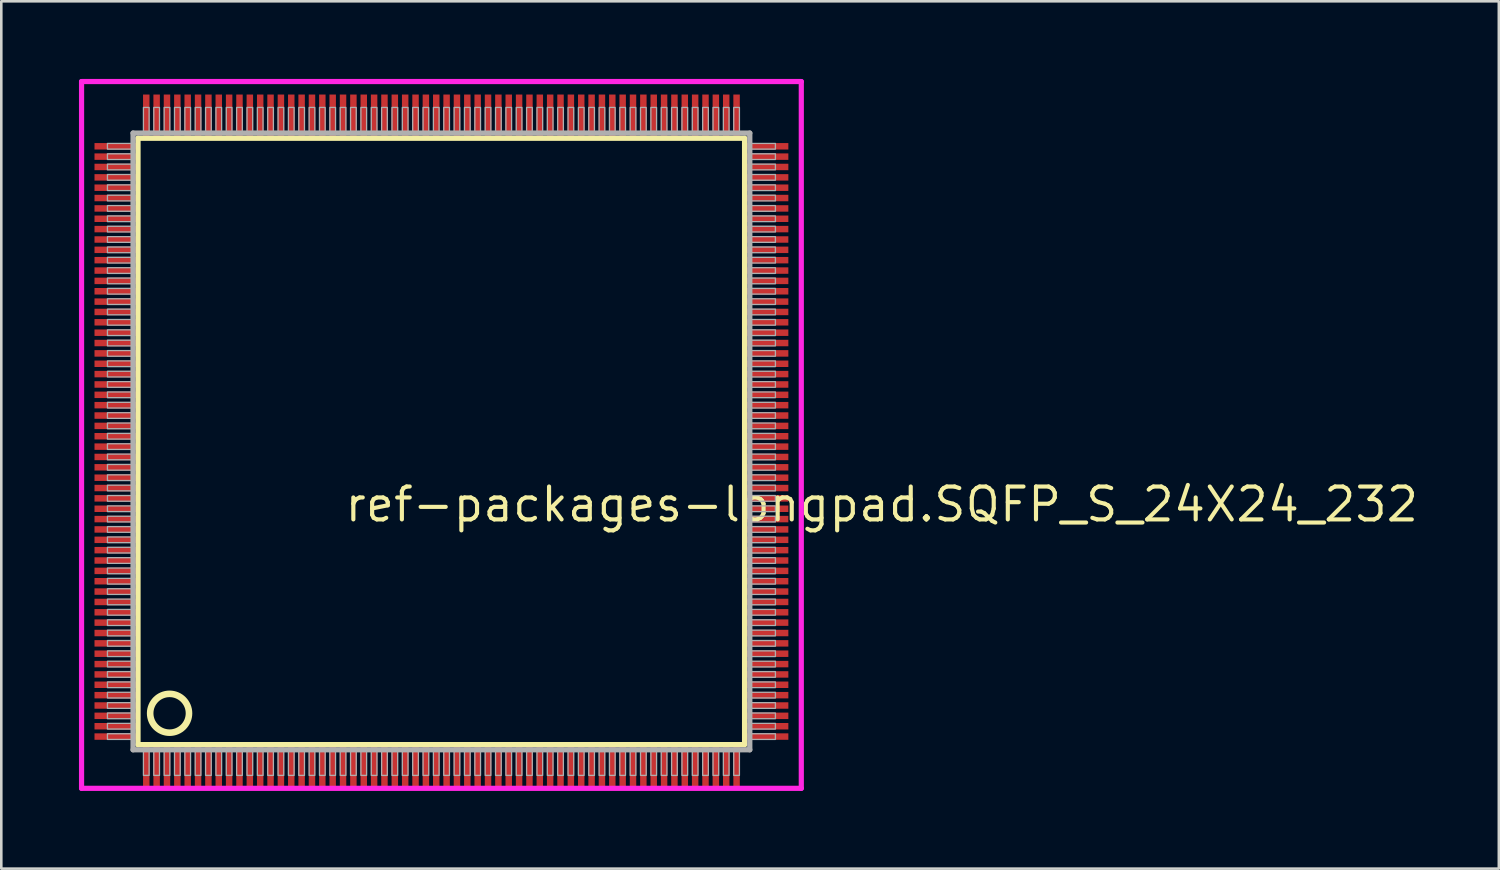
<source format=kicad_pcb>
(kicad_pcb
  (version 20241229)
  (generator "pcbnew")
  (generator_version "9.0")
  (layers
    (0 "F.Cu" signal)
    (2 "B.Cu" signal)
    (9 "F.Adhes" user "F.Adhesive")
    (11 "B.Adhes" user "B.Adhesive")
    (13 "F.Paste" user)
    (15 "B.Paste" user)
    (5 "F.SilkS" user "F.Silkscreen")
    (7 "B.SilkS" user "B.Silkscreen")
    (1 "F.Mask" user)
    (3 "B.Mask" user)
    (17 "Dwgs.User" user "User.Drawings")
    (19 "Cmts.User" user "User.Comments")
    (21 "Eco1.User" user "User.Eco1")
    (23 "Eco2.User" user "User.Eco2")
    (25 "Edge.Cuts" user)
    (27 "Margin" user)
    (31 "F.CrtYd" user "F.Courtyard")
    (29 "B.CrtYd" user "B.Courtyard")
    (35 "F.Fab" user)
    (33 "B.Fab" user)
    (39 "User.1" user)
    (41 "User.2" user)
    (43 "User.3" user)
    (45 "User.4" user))
  (footprint "ref-packages-longpad.SQFP_S_24X24_232"
    (layer "F.Cu")
    (at 14 14)
    (property "Reference" "ref-packages-longpad.SQFP_S_24X24_232" (at -3.81 3.175 0) (layer "F.SilkS") (effects (font (size 1.27 1.27) (thickness 0.16)) (justify left bottom)))
    (attr smd)
    (fp_line (start -11.72 -11.71) (end 11.71 -11.71) (stroke (width 0.203) (type default)) (layer "F.SilkS"))
    (fp_line (start -11.72 11.71) (end -11.72 -11.71) (stroke (width 0.203) (type default)) (layer "F.SilkS"))
    (fp_line (start 11.71 11.71) (end -11.72 11.71) (stroke (width 0.203) (type default)) (layer "F.SilkS"))
    (fp_line (start 11.71 -11.71) (end 11.71 11.71) (stroke (width 0.203) (type default)) (layer "F.SilkS"))
    (fp_circle (center -10.5 10.5) (end -9.75 10.5) (stroke (width 0.254) (type default)) (fill no) (layer "F.SilkS"))
    (fp_line (start -13.9 -13.9) (end 13.9 -13.9) (stroke (width 0.2) (type default)) (layer "F.CrtYd"))
    (fp_line (start -13.9 13.4) (end -13.9 -13.9) (stroke (width 0.2) (type default)) (layer "F.CrtYd"))
    (fp_line (start 13.9 -13.9) (end 13.9 13.4) (stroke (width 0.2) (type default)) (layer "F.CrtYd"))
    (fp_line (start 13.9 13.4) (end -13.9 13.4) (stroke (width 0.2) (type default)) (layer "F.CrtYd"))
    (fp_line (start -11.91 -11.91) (end -11.91 11.91) (stroke (width 0.203) (type default)) (layer "F.Fab"))
    (fp_line (start -11.91 11.91) (end 11.91 11.91) (stroke (width 0.203) (type default)) (layer "F.Fab"))
    (fp_line (start 11.91 -11.91) (end -11.91 -11.91) (stroke (width 0.203) (type default)) (layer "F.Fab"))
    (fp_line (start 11.91 11.91) (end 11.91 -11.91) (stroke (width 0.203) (type default)) (layer "F.Fab"))
    (fp_rect (start -12.9 -11.29) (end -11.95 -11.51) (stroke (width 0.05) (type default)) (fill no) (layer "F.Fab"))
    (fp_rect (start -12.9 -10.89) (end -11.95 -11.11) (stroke (width 0.05) (type default)) (fill no) (layer "F.Fab"))
    (fp_rect (start -12.9 -10.49) (end -11.95 -10.71) (stroke (width 0.05) (type default)) (fill no) (layer "F.Fab"))
    (fp_rect (start -12.9 -10.09) (end -11.95 -10.31) (stroke (width 0.05) (type default)) (fill no) (layer "F.Fab"))
    (fp_rect (start -12.9 -9.69) (end -11.95 -9.91) (stroke (width 0.05) (type default)) (fill no) (layer "F.Fab"))
    (fp_rect (start -12.9 -9.29) (end -11.95 -9.51) (stroke (width 0.05) (type default)) (fill no) (layer "F.Fab"))
    (fp_rect (start -12.9 -8.89) (end -11.95 -9.11) (stroke (width 0.05) (type default)) (fill no) (layer "F.Fab"))
    (fp_rect (start -12.9 -8.49) (end -11.95 -8.71) (stroke (width 0.05) (type default)) (fill no) (layer "F.Fab"))
    (fp_rect (start -12.9 -8.09) (end -11.95 -8.31) (stroke (width 0.05) (type default)) (fill no) (layer "F.Fab"))
    (fp_rect (start -12.9 -7.69) (end -11.95 -7.91) (stroke (width 0.05) (type default)) (fill no) (layer "F.Fab"))
    (fp_rect (start -12.9 -7.29) (end -11.95 -7.51) (stroke (width 0.05) (type default)) (fill no) (layer "F.Fab"))
    (fp_rect (start -12.9 -6.89) (end -11.95 -7.11) (stroke (width 0.05) (type default)) (fill no) (layer "F.Fab"))
    (fp_rect (start -12.9 -6.49) (end -11.95 -6.71) (stroke (width 0.05) (type default)) (fill no) (layer "F.Fab"))
    (fp_rect (start -12.9 -6.09) (end -11.95 -6.31) (stroke (width 0.05) (type default)) (fill no) (layer "F.Fab"))
    (fp_rect (start -12.9 -5.69) (end -11.95 -5.91) (stroke (width 0.05) (type default)) (fill no) (layer "F.Fab"))
    (fp_rect (start -12.9 -5.29) (end -11.95 -5.51) (stroke (width 0.05) (type default)) (fill no) (layer "F.Fab"))
    (fp_rect (start -12.9 -4.89) (end -11.95 -5.11) (stroke (width 0.05) (type default)) (fill no) (layer "F.Fab"))
    (fp_rect (start -12.9 -4.49) (end -11.95 -4.71) (stroke (width 0.05) (type default)) (fill no) (layer "F.Fab"))
    (fp_rect (start -12.9 -4.09) (end -11.95 -4.31) (stroke (width 0.05) (type default)) (fill no) (layer "F.Fab"))
    (fp_rect (start -12.9 -3.69) (end -11.95 -3.91) (stroke (width 0.05) (type default)) (fill no) (layer "F.Fab"))
    (fp_rect (start -12.9 -3.29) (end -11.95 -3.51) (stroke (width 0.05) (type default)) (fill no) (layer "F.Fab"))
    (fp_rect (start -12.9 -2.89) (end -11.95 -3.11) (stroke (width 0.05) (type default)) (fill no) (layer "F.Fab"))
    (fp_rect (start -12.9 -2.49) (end -11.95 -2.71) (stroke (width 0.05) (type default)) (fill no) (layer "F.Fab"))
    (fp_rect (start -12.9 -2.09) (end -11.95 -2.31) (stroke (width 0.05) (type default)) (fill no) (layer "F.Fab"))
    (fp_rect (start -12.9 -1.69) (end -11.95 -1.91) (stroke (width 0.05) (type default)) (fill no) (layer "F.Fab"))
    (fp_rect (start -12.9 -1.29) (end -11.95 -1.51) (stroke (width 0.05) (type default)) (fill no) (layer "F.Fab"))
    (fp_rect (start -12.9 -0.89) (end -11.95 -1.11) (stroke (width 0.05) (type default)) (fill no) (layer "F.Fab"))
    (fp_rect (start -12.9 -0.49) (end -11.95 -0.71) (stroke (width 0.05) (type default)) (fill no) (layer "F.Fab"))
    (fp_rect (start -12.9 -0.09) (end -11.95 -0.31) (stroke (width 0.05) (type default)) (fill no) (layer "F.Fab"))
    (fp_rect (start -12.9 0.31) (end -11.95 0.09) (stroke (width 0.05) (type default)) (fill no) (layer "F.Fab"))
    (fp_rect (start -12.9 0.71) (end -11.95 0.49) (stroke (width 0.05) (type default)) (fill no) (layer "F.Fab"))
    (fp_rect (start -12.9 1.11) (end -11.95 0.89) (stroke (width 0.05) (type default)) (fill no) (layer "F.Fab"))
    (fp_rect (start -12.9 1.51) (end -11.95 1.29) (stroke (width 0.05) (type default)) (fill no) (layer "F.Fab"))
    (fp_rect (start -12.9 1.91) (end -11.95 1.69) (stroke (width 0.05) (type default)) (fill no) (layer "F.Fab"))
    (fp_rect (start -12.9 2.31) (end -11.95 2.09) (stroke (width 0.05) (type default)) (fill no) (layer "F.Fab"))
    (fp_rect (start -12.9 2.71) (end -11.95 2.49) (stroke (width 0.05) (type default)) (fill no) (layer "F.Fab"))
    (fp_rect (start -12.9 3.11) (end -11.95 2.89) (stroke (width 0.05) (type default)) (fill no) (layer "F.Fab"))
    (fp_rect (start -12.9 3.51) (end -11.95 3.29) (stroke (width 0.05) (type default)) (fill no) (layer "F.Fab"))
    (fp_rect (start -12.9 3.91) (end -11.95 3.69) (stroke (width 0.05) (type default)) (fill no) (layer "F.Fab"))
    (fp_rect (start -12.9 4.31) (end -11.95 4.09) (stroke (width 0.05) (type default)) (fill no) (layer "F.Fab"))
    (fp_rect (start -12.9 4.71) (end -11.95 4.49) (stroke (width 0.05) (type default)) (fill no) (layer "F.Fab"))
    (fp_rect (start -12.9 5.11) (end -11.95 4.89) (stroke (width 0.05) (type default)) (fill no) (layer "F.Fab"))
    (fp_rect (start -12.9 5.51) (end -11.95 5.29) (stroke (width 0.05) (type default)) (fill no) (layer "F.Fab"))
    (fp_rect (start -12.9 5.91) (end -11.95 5.69) (stroke (width 0.05) (type default)) (fill no) (layer "F.Fab"))
    (fp_rect (start -12.9 6.31) (end -11.95 6.09) (stroke (width 0.05) (type default)) (fill no) (layer "F.Fab"))
    (fp_rect (start -12.9 6.71) (end -11.95 6.49) (stroke (width 0.05) (type default)) (fill no) (layer "F.Fab"))
    (fp_rect (start -12.9 7.11) (end -11.95 6.89) (stroke (width 0.05) (type default)) (fill no) (layer "F.Fab"))
    (fp_rect (start -12.9 7.51) (end -11.95 7.29) (stroke (width 0.05) (type default)) (fill no) (layer "F.Fab"))
    (fp_rect (start -12.9 7.91) (end -11.95 7.69) (stroke (width 0.05) (type default)) (fill no) (layer "F.Fab"))
    (fp_rect (start -12.9 8.31) (end -11.95 8.09) (stroke (width 0.05) (type default)) (fill no) (layer "F.Fab"))
    (fp_rect (start -12.9 8.71) (end -11.95 8.49) (stroke (width 0.05) (type default)) (fill no) (layer "F.Fab"))
    (fp_rect (start -12.9 9.11) (end -11.95 8.89) (stroke (width 0.05) (type default)) (fill no) (layer "F.Fab"))
    (fp_rect (start -12.9 9.51) (end -11.95 9.29) (stroke (width 0.05) (type default)) (fill no) (layer "F.Fab"))
    (fp_rect (start -12.9 9.91) (end -11.95 9.69) (stroke (width 0.05) (type default)) (fill no) (layer "F.Fab"))
    (fp_rect (start -12.9 10.31) (end -11.95 10.09) (stroke (width 0.05) (type default)) (fill no) (layer "F.Fab"))
    (fp_rect (start -12.9 10.71) (end -11.95 10.49) (stroke (width 0.05) (type default)) (fill no) (layer "F.Fab"))
    (fp_rect (start -12.9 11.11) (end -11.95 10.89) (stroke (width 0.05) (type default)) (fill no) (layer "F.Fab"))
    (fp_rect (start -12.9 11.51) (end -11.95 11.29) (stroke (width 0.05) (type default)) (fill no) (layer "F.Fab"))
    (fp_rect (start -11.51 -11.95) (end -11.29 -12.9) (stroke (width 0.05) (type default)) (fill no) (layer "F.Fab"))
    (fp_rect (start -11.51 12.9) (end -11.29 11.95) (stroke (width 0.05) (type default)) (fill no) (layer "F.Fab"))
    (fp_rect (start -11.11 -11.95) (end -10.89 -12.9) (stroke (width 0.05) (type default)) (fill no) (layer "F.Fab"))
    (fp_rect (start -11.11 12.9) (end -10.89 11.95) (stroke (width 0.05) (type default)) (fill no) (layer "F.Fab"))
    (fp_rect (start -10.71 -11.95) (end -10.49 -12.9) (stroke (width 0.05) (type default)) (fill no) (layer "F.Fab"))
    (fp_rect (start -10.71 12.9) (end -10.49 11.95) (stroke (width 0.05) (type default)) (fill no) (layer "F.Fab"))
    (fp_rect (start -10.31 -11.95) (end -10.09 -12.9) (stroke (width 0.05) (type default)) (fill no) (layer "F.Fab"))
    (fp_rect (start -10.31 12.9) (end -10.09 11.95) (stroke (width 0.05) (type default)) (fill no) (layer "F.Fab"))
    (fp_rect (start -9.91 -11.95) (end -9.69 -12.9) (stroke (width 0.05) (type default)) (fill no) (layer "F.Fab"))
    (fp_rect (start -9.91 12.9) (end -9.69 11.95) (stroke (width 0.05) (type default)) (fill no) (layer "F.Fab"))
    (fp_rect (start -9.51 -11.95) (end -9.29 -12.9) (stroke (width 0.05) (type default)) (fill no) (layer "F.Fab"))
    (fp_rect (start -9.51 12.9) (end -9.29 11.95) (stroke (width 0.05) (type default)) (fill no) (layer "F.Fab"))
    (fp_rect (start -9.11 -11.95) (end -8.89 -12.9) (stroke (width 0.05) (type default)) (fill no) (layer "F.Fab"))
    (fp_rect (start -9.11 12.9) (end -8.89 11.95) (stroke (width 0.05) (type default)) (fill no) (layer "F.Fab"))
    (fp_rect (start -8.71 -11.95) (end -8.49 -12.9) (stroke (width 0.05) (type default)) (fill no) (layer "F.Fab"))
    (fp_rect (start -8.71 12.9) (end -8.49 11.95) (stroke (width 0.05) (type default)) (fill no) (layer "F.Fab"))
    (fp_rect (start -8.31 -11.95) (end -8.09 -12.9) (stroke (width 0.05) (type default)) (fill no) (layer "F.Fab"))
    (fp_rect (start -8.31 12.9) (end -8.09 11.95) (stroke (width 0.05) (type default)) (fill no) (layer "F.Fab"))
    (fp_rect (start -7.91 -11.95) (end -7.69 -12.9) (stroke (width 0.05) (type default)) (fill no) (layer "F.Fab"))
    (fp_rect (start -7.91 12.9) (end -7.69 11.95) (stroke (width 0.05) (type default)) (fill no) (layer "F.Fab"))
    (fp_rect (start -7.51 -11.95) (end -7.29 -12.9) (stroke (width 0.05) (type default)) (fill no) (layer "F.Fab"))
    (fp_rect (start -7.51 12.9) (end -7.29 11.95) (stroke (width 0.05) (type default)) (fill no) (layer "F.Fab"))
    (fp_rect (start -7.11 -11.95) (end -6.89 -12.9) (stroke (width 0.05) (type default)) (fill no) (layer "F.Fab"))
    (fp_rect (start -7.11 12.9) (end -6.89 11.95) (stroke (width 0.05) (type default)) (fill no) (layer "F.Fab"))
    (fp_rect (start -6.71 -11.95) (end -6.49 -12.9) (stroke (width 0.05) (type default)) (fill no) (layer "F.Fab"))
    (fp_rect (start -6.71 12.9) (end -6.49 11.95) (stroke (width 0.05) (type default)) (fill no) (layer "F.Fab"))
    (fp_rect (start -6.31 -11.95) (end -6.09 -12.9) (stroke (width 0.05) (type default)) (fill no) (layer "F.Fab"))
    (fp_rect (start -6.31 12.9) (end -6.09 11.95) (stroke (width 0.05) (type default)) (fill no) (layer "F.Fab"))
    (fp_rect (start -5.91 -11.95) (end -5.69 -12.9) (stroke (width 0.05) (type default)) (fill no) (layer "F.Fab"))
    (fp_rect (start -5.91 12.9) (end -5.69 11.95) (stroke (width 0.05) (type default)) (fill no) (layer "F.Fab"))
    (fp_rect (start -5.51 -11.95) (end -5.29 -12.9) (stroke (width 0.05) (type default)) (fill no) (layer "F.Fab"))
    (fp_rect (start -5.51 12.9) (end -5.29 11.95) (stroke (width 0.05) (type default)) (fill no) (layer "F.Fab"))
    (fp_rect (start -5.11 -11.95) (end -4.89 -12.9) (stroke (width 0.05) (type default)) (fill no) (layer "F.Fab"))
    (fp_rect (start -5.11 12.9) (end -4.89 11.95) (stroke (width 0.05) (type default)) (fill no) (layer "F.Fab"))
    (fp_rect (start -4.71 -11.95) (end -4.49 -12.9) (stroke (width 0.05) (type default)) (fill no) (layer "F.Fab"))
    (fp_rect (start -4.71 12.9) (end -4.49 11.95) (stroke (width 0.05) (type default)) (fill no) (layer "F.Fab"))
    (fp_rect (start -4.31 -11.95) (end -4.09 -12.9) (stroke (width 0.05) (type default)) (fill no) (layer "F.Fab"))
    (fp_rect (start -4.31 12.9) (end -4.09 11.95) (stroke (width 0.05) (type default)) (fill no) (layer "F.Fab"))
    (fp_rect (start -3.91 -11.95) (end -3.69 -12.9) (stroke (width 0.05) (type default)) (fill no) (layer "F.Fab"))
    (fp_rect (start -3.91 12.9) (end -3.69 11.95) (stroke (width 0.05) (type default)) (fill no) (layer "F.Fab"))
    (fp_rect (start -3.51 -11.95) (end -3.29 -12.9) (stroke (width 0.05) (type default)) (fill no) (layer "F.Fab"))
    (fp_rect (start -3.51 12.9) (end -3.29 11.95) (stroke (width 0.05) (type default)) (fill no) (layer "F.Fab"))
    (fp_rect (start -3.11 -11.95) (end -2.89 -12.9) (stroke (width 0.05) (type default)) (fill no) (layer "F.Fab"))
    (fp_rect (start -3.11 12.9) (end -2.89 11.95) (stroke (width 0.05) (type default)) (fill no) (layer "F.Fab"))
    (fp_rect (start -2.71 -11.95) (end -2.49 -12.9) (stroke (width 0.05) (type default)) (fill no) (layer "F.Fab"))
    (fp_rect (start -2.71 12.9) (end -2.49 11.95) (stroke (width 0.05) (type default)) (fill no) (layer "F.Fab"))
    (fp_rect (start -2.31 -11.95) (end -2.09 -12.9) (stroke (width 0.05) (type default)) (fill no) (layer "F.Fab"))
    (fp_rect (start -2.31 12.9) (end -2.09 11.95) (stroke (width 0.05) (type default)) (fill no) (layer "F.Fab"))
    (fp_rect (start -1.91 -11.95) (end -1.69 -12.9) (stroke (width 0.05) (type default)) (fill no) (layer "F.Fab"))
    (fp_rect (start -1.91 12.9) (end -1.69 11.95) (stroke (width 0.05) (type default)) (fill no) (layer "F.Fab"))
    (fp_rect (start -1.51 -11.95) (end -1.29 -12.9) (stroke (width 0.05) (type default)) (fill no) (layer "F.Fab"))
    (fp_rect (start -1.51 12.9) (end -1.29 11.95) (stroke (width 0.05) (type default)) (fill no) (layer "F.Fab"))
    (fp_rect (start -1.11 -11.95) (end -0.89 -12.9) (stroke (width 0.05) (type default)) (fill no) (layer "F.Fab"))
    (fp_rect (start -1.11 12.9) (end -0.89 11.95) (stroke (width 0.05) (type default)) (fill no) (layer "F.Fab"))
    (fp_rect (start -0.71 -11.95) (end -0.49 -12.9) (stroke (width 0.05) (type default)) (fill no) (layer "F.Fab"))
    (fp_rect (start -0.71 12.9) (end -0.49 11.95) (stroke (width 0.05) (type default)) (fill no) (layer "F.Fab"))
    (fp_rect (start -0.31 -11.95) (end -0.09 -12.9) (stroke (width 0.05) (type default)) (fill no) (layer "F.Fab"))
    (fp_rect (start -0.31 12.9) (end -0.09 11.95) (stroke (width 0.05) (type default)) (fill no) (layer "F.Fab"))
    (fp_rect (start 0.09 -11.95) (end 0.31 -12.9) (stroke (width 0.05) (type default)) (fill no) (layer "F.Fab"))
    (fp_rect (start 0.09 12.9) (end 0.31 11.95) (stroke (width 0.05) (type default)) (fill no) (layer "F.Fab"))
    (fp_rect (start 0.49 -11.95) (end 0.71 -12.9) (stroke (width 0.05) (type default)) (fill no) (layer "F.Fab"))
    (fp_rect (start 0.49 12.9) (end 0.71 11.95) (stroke (width 0.05) (type default)) (fill no) (layer "F.Fab"))
    (fp_rect (start 0.89 -11.95) (end 1.11 -12.9) (stroke (width 0.05) (type default)) (fill no) (layer "F.Fab"))
    (fp_rect (start 0.89 12.9) (end 1.11 11.95) (stroke (width 0.05) (type default)) (fill no) (layer "F.Fab"))
    (fp_rect (start 1.29 -11.95) (end 1.51 -12.9) (stroke (width 0.05) (type default)) (fill no) (layer "F.Fab"))
    (fp_rect (start 1.29 12.9) (end 1.51 11.95) (stroke (width 0.05) (type default)) (fill no) (layer "F.Fab"))
    (fp_rect (start 1.69 -11.95) (end 1.91 -12.9) (stroke (width 0.05) (type default)) (fill no) (layer "F.Fab"))
    (fp_rect (start 1.69 12.9) (end 1.91 11.95) (stroke (width 0.05) (type default)) (fill no) (layer "F.Fab"))
    (fp_rect (start 2.09 -11.95) (end 2.31 -12.9) (stroke (width 0.05) (type default)) (fill no) (layer "F.Fab"))
    (fp_rect (start 2.09 12.9) (end 2.31 11.95) (stroke (width 0.05) (type default)) (fill no) (layer "F.Fab"))
    (fp_rect (start 2.49 -11.95) (end 2.71 -12.9) (stroke (width 0.05) (type default)) (fill no) (layer "F.Fab"))
    (fp_rect (start 2.49 12.9) (end 2.71 11.95) (stroke (width 0.05) (type default)) (fill no) (layer "F.Fab"))
    (fp_rect (start 2.89 -11.95) (end 3.11 -12.9) (stroke (width 0.05) (type default)) (fill no) (layer "F.Fab"))
    (fp_rect (start 2.89 12.9) (end 3.11 11.95) (stroke (width 0.05) (type default)) (fill no) (layer "F.Fab"))
    (fp_rect (start 3.29 -11.95) (end 3.51 -12.9) (stroke (width 0.05) (type default)) (fill no) (layer "F.Fab"))
    (fp_rect (start 3.29 12.9) (end 3.51 11.95) (stroke (width 0.05) (type default)) (fill no) (layer "F.Fab"))
    (fp_rect (start 3.69 -11.95) (end 3.91 -12.9) (stroke (width 0.05) (type default)) (fill no) (layer "F.Fab"))
    (fp_rect (start 3.69 12.9) (end 3.91 11.95) (stroke (width 0.05) (type default)) (fill no) (layer "F.Fab"))
    (fp_rect (start 4.09 -11.95) (end 4.31 -12.9) (stroke (width 0.05) (type default)) (fill no) (layer "F.Fab"))
    (fp_rect (start 4.09 12.9) (end 4.31 11.95) (stroke (width 0.05) (type default)) (fill no) (layer "F.Fab"))
    (fp_rect (start 4.49 -11.95) (end 4.71 -12.9) (stroke (width 0.05) (type default)) (fill no) (layer "F.Fab"))
    (fp_rect (start 4.49 12.9) (end 4.71 11.95) (stroke (width 0.05) (type default)) (fill no) (layer "F.Fab"))
    (fp_rect (start 4.89 -11.95) (end 5.11 -12.9) (stroke (width 0.05) (type default)) (fill no) (layer "F.Fab"))
    (fp_rect (start 4.89 12.9) (end 5.11 11.95) (stroke (width 0.05) (type default)) (fill no) (layer "F.Fab"))
    (fp_rect (start 5.29 -11.95) (end 5.51 -12.9) (stroke (width 0.05) (type default)) (fill no) (layer "F.Fab"))
    (fp_rect (start 5.29 12.9) (end 5.51 11.95) (stroke (width 0.05) (type default)) (fill no) (layer "F.Fab"))
    (fp_rect (start 5.69 -11.95) (end 5.91 -12.9) (stroke (width 0.05) (type default)) (fill no) (layer "F.Fab"))
    (fp_rect (start 5.69 12.9) (end 5.91 11.95) (stroke (width 0.05) (type default)) (fill no) (layer "F.Fab"))
    (fp_rect (start 6.09 -11.95) (end 6.31 -12.9) (stroke (width 0.05) (type default)) (fill no) (layer "F.Fab"))
    (fp_rect (start 6.09 12.9) (end 6.31 11.95) (stroke (width 0.05) (type default)) (fill no) (layer "F.Fab"))
    (fp_rect (start 6.49 -11.95) (end 6.71 -12.9) (stroke (width 0.05) (type default)) (fill no) (layer "F.Fab"))
    (fp_rect (start 6.49 12.9) (end 6.71 11.95) (stroke (width 0.05) (type default)) (fill no) (layer "F.Fab"))
    (fp_rect (start 6.89 -11.95) (end 7.11 -12.9) (stroke (width 0.05) (type default)) (fill no) (layer "F.Fab"))
    (fp_rect (start 6.89 12.9) (end 7.11 11.95) (stroke (width 0.05) (type default)) (fill no) (layer "F.Fab"))
    (fp_rect (start 7.29 -11.95) (end 7.51 -12.9) (stroke (width 0.05) (type default)) (fill no) (layer "F.Fab"))
    (fp_rect (start 7.29 12.9) (end 7.51 11.95) (stroke (width 0.05) (type default)) (fill no) (layer "F.Fab"))
    (fp_rect (start 7.69 -11.95) (end 7.91 -12.9) (stroke (width 0.05) (type default)) (fill no) (layer "F.Fab"))
    (fp_rect (start 7.69 12.9) (end 7.91 11.95) (stroke (width 0.05) (type default)) (fill no) (layer "F.Fab"))
    (fp_rect (start 8.09 -11.95) (end 8.31 -12.9) (stroke (width 0.05) (type default)) (fill no) (layer "F.Fab"))
    (fp_rect (start 8.09 12.9) (end 8.31 11.95) (stroke (width 0.05) (type default)) (fill no) (layer "F.Fab"))
    (fp_rect (start 8.49 -11.95) (end 8.71 -12.9) (stroke (width 0.05) (type default)) (fill no) (layer "F.Fab"))
    (fp_rect (start 8.49 12.9) (end 8.71 11.95) (stroke (width 0.05) (type default)) (fill no) (layer "F.Fab"))
    (fp_rect (start 8.89 -11.95) (end 9.11 -12.9) (stroke (width 0.05) (type default)) (fill no) (layer "F.Fab"))
    (fp_rect (start 8.89 12.9) (end 9.11 11.95) (stroke (width 0.05) (type default)) (fill no) (layer "F.Fab"))
    (fp_rect (start 9.29 -11.95) (end 9.51 -12.9) (stroke (width 0.05) (type default)) (fill no) (layer "F.Fab"))
    (fp_rect (start 9.29 12.9) (end 9.51 11.95) (stroke (width 0.05) (type default)) (fill no) (layer "F.Fab"))
    (fp_rect (start 9.69 -11.95) (end 9.91 -12.9) (stroke (width 0.05) (type default)) (fill no) (layer "F.Fab"))
    (fp_rect (start 9.69 12.9) (end 9.91 11.95) (stroke (width 0.05) (type default)) (fill no) (layer "F.Fab"))
    (fp_rect (start 10.09 -11.95) (end 10.31 -12.9) (stroke (width 0.05) (type default)) (fill no) (layer "F.Fab"))
    (fp_rect (start 10.09 12.9) (end 10.31 11.95) (stroke (width 0.05) (type default)) (fill no) (layer "F.Fab"))
    (fp_rect (start 10.49 -11.95) (end 10.71 -12.9) (stroke (width 0.05) (type default)) (fill no) (layer "F.Fab"))
    (fp_rect (start 10.49 12.9) (end 10.71 11.95) (stroke (width 0.05) (type default)) (fill no) (layer "F.Fab"))
    (fp_rect (start 10.89 -11.95) (end 11.11 -12.9) (stroke (width 0.05) (type default)) (fill no) (layer "F.Fab"))
    (fp_rect (start 10.89 12.9) (end 11.11 11.95) (stroke (width 0.05) (type default)) (fill no) (layer "F.Fab"))
    (fp_rect (start 11.29 -11.95) (end 11.51 -12.9) (stroke (width 0.05) (type default)) (fill no) (layer "F.Fab"))
    (fp_rect (start 11.29 12.9) (end 11.51 11.95) (stroke (width 0.05) (type default)) (fill no) (layer "F.Fab"))
    (fp_rect (start 11.95 -11.29) (end 12.9 -11.51) (stroke (width 0.05) (type default)) (fill no) (layer "F.Fab"))
    (fp_rect (start 11.95 -10.89) (end 12.9 -11.11) (stroke (width 0.05) (type default)) (fill no) (layer "F.Fab"))
    (fp_rect (start 11.95 -10.49) (end 12.9 -10.71) (stroke (width 0.05) (type default)) (fill no) (layer "F.Fab"))
    (fp_rect (start 11.95 -10.09) (end 12.9 -10.31) (stroke (width 0.05) (type default)) (fill no) (layer "F.Fab"))
    (fp_rect (start 11.95 -9.69) (end 12.9 -9.91) (stroke (width 0.05) (type default)) (fill no) (layer "F.Fab"))
    (fp_rect (start 11.95 -9.29) (end 12.9 -9.51) (stroke (width 0.05) (type default)) (fill no) (layer "F.Fab"))
    (fp_rect (start 11.95 -8.89) (end 12.9 -9.11) (stroke (width 0.05) (type default)) (fill no) (layer "F.Fab"))
    (fp_rect (start 11.95 -8.49) (end 12.9 -8.71) (stroke (width 0.05) (type default)) (fill no) (layer "F.Fab"))
    (fp_rect (start 11.95 -8.09) (end 12.9 -8.31) (stroke (width 0.05) (type default)) (fill no) (layer "F.Fab"))
    (fp_rect (start 11.95 -7.69) (end 12.9 -7.91) (stroke (width 0.05) (type default)) (fill no) (layer "F.Fab"))
    (fp_rect (start 11.95 -7.29) (end 12.9 -7.51) (stroke (width 0.05) (type default)) (fill no) (layer "F.Fab"))
    (fp_rect (start 11.95 -6.89) (end 12.9 -7.11) (stroke (width 0.05) (type default)) (fill no) (layer "F.Fab"))
    (fp_rect (start 11.95 -6.49) (end 12.9 -6.71) (stroke (width 0.05) (type default)) (fill no) (layer "F.Fab"))
    (fp_rect (start 11.95 -6.09) (end 12.9 -6.31) (stroke (width 0.05) (type default)) (fill no) (layer "F.Fab"))
    (fp_rect (start 11.95 -5.69) (end 12.9 -5.91) (stroke (width 0.05) (type default)) (fill no) (layer "F.Fab"))
    (fp_rect (start 11.95 -5.29) (end 12.9 -5.51) (stroke (width 0.05) (type default)) (fill no) (layer "F.Fab"))
    (fp_rect (start 11.95 -4.89) (end 12.9 -5.11) (stroke (width 0.05) (type default)) (fill no) (layer "F.Fab"))
    (fp_rect (start 11.95 -4.49) (end 12.9 -4.71) (stroke (width 0.05) (type default)) (fill no) (layer "F.Fab"))
    (fp_rect (start 11.95 -4.09) (end 12.9 -4.31) (stroke (width 0.05) (type default)) (fill no) (layer "F.Fab"))
    (fp_rect (start 11.95 -3.69) (end 12.9 -3.91) (stroke (width 0.05) (type default)) (fill no) (layer "F.Fab"))
    (fp_rect (start 11.95 -3.29) (end 12.9 -3.51) (stroke (width 0.05) (type default)) (fill no) (layer "F.Fab"))
    (fp_rect (start 11.95 -2.89) (end 12.9 -3.11) (stroke (width 0.05) (type default)) (fill no) (layer "F.Fab"))
    (fp_rect (start 11.95 -2.49) (end 12.9 -2.71) (stroke (width 0.05) (type default)) (fill no) (layer "F.Fab"))
    (fp_rect (start 11.95 -2.09) (end 12.9 -2.31) (stroke (width 0.05) (type default)) (fill no) (layer "F.Fab"))
    (fp_rect (start 11.95 -1.69) (end 12.9 -1.91) (stroke (width 0.05) (type default)) (fill no) (layer "F.Fab"))
    (fp_rect (start 11.95 -1.29) (end 12.9 -1.51) (stroke (width 0.05) (type default)) (fill no) (layer "F.Fab"))
    (fp_rect (start 11.95 -0.89) (end 12.9 -1.11) (stroke (width 0.05) (type default)) (fill no) (layer "F.Fab"))
    (fp_rect (start 11.95 -0.49) (end 12.9 -0.71) (stroke (width 0.05) (type default)) (fill no) (layer "F.Fab"))
    (fp_rect (start 11.95 -0.09) (end 12.9 -0.31) (stroke (width 0.05) (type default)) (fill no) (layer "F.Fab"))
    (fp_rect (start 11.95 0.31) (end 12.9 0.09) (stroke (width 0.05) (type default)) (fill no) (layer "F.Fab"))
    (fp_rect (start 11.95 0.71) (end 12.9 0.49) (stroke (width 0.05) (type default)) (fill no) (layer "F.Fab"))
    (fp_rect (start 11.95 1.11) (end 12.9 0.89) (stroke (width 0.05) (type default)) (fill no) (layer "F.Fab"))
    (fp_rect (start 11.95 1.51) (end 12.9 1.29) (stroke (width 0.05) (type default)) (fill no) (layer "F.Fab"))
    (fp_rect (start 11.95 1.91) (end 12.9 1.69) (stroke (width 0.05) (type default)) (fill no) (layer "F.Fab"))
    (fp_rect (start 11.95 2.31) (end 12.9 2.09) (stroke (width 0.05) (type default)) (fill no) (layer "F.Fab"))
    (fp_rect (start 11.95 2.71) (end 12.9 2.49) (stroke (width 0.05) (type default)) (fill no) (layer "F.Fab"))
    (fp_rect (start 11.95 3.11) (end 12.9 2.89) (stroke (width 0.05) (type default)) (fill no) (layer "F.Fab"))
    (fp_rect (start 11.95 3.51) (end 12.9 3.29) (stroke (width 0.05) (type default)) (fill no) (layer "F.Fab"))
    (fp_rect (start 11.95 3.91) (end 12.9 3.69) (stroke (width 0.05) (type default)) (fill no) (layer "F.Fab"))
    (fp_rect (start 11.95 4.31) (end 12.9 4.09) (stroke (width 0.05) (type default)) (fill no) (layer "F.Fab"))
    (fp_rect (start 11.95 4.71) (end 12.9 4.49) (stroke (width 0.05) (type default)) (fill no) (layer "F.Fab"))
    (fp_rect (start 11.95 5.11) (end 12.9 4.89) (stroke (width 0.05) (type default)) (fill no) (layer "F.Fab"))
    (fp_rect (start 11.95 5.51) (end 12.9 5.29) (stroke (width 0.05) (type default)) (fill no) (layer "F.Fab"))
    (fp_rect (start 11.95 5.91) (end 12.9 5.69) (stroke (width 0.05) (type default)) (fill no) (layer "F.Fab"))
    (fp_rect (start 11.95 6.31) (end 12.9 6.09) (stroke (width 0.05) (type default)) (fill no) (layer "F.Fab"))
    (fp_rect (start 11.95 6.71) (end 12.9 6.49) (stroke (width 0.05) (type default)) (fill no) (layer "F.Fab"))
    (fp_rect (start 11.95 7.11) (end 12.9 6.89) (stroke (width 0.05) (type default)) (fill no) (layer "F.Fab"))
    (fp_rect (start 11.95 7.51) (end 12.9 7.29) (stroke (width 0.05) (type default)) (fill no) (layer "F.Fab"))
    (fp_rect (start 11.95 7.91) (end 12.9 7.69) (stroke (width 0.05) (type default)) (fill no) (layer "F.Fab"))
    (fp_rect (start 11.95 8.31) (end 12.9 8.09) (stroke (width 0.05) (type default)) (fill no) (layer "F.Fab"))
    (fp_rect (start 11.95 8.71) (end 12.9 8.49) (stroke (width 0.05) (type default)) (fill no) (layer "F.Fab"))
    (fp_rect (start 11.95 9.11) (end 12.9 8.89) (stroke (width 0.05) (type default)) (fill no) (layer "F.Fab"))
    (fp_rect (start 11.95 9.51) (end 12.9 9.29) (stroke (width 0.05) (type default)) (fill no) (layer "F.Fab"))
    (fp_rect (start 11.95 9.91) (end 12.9 9.69) (stroke (width 0.05) (type default)) (fill no) (layer "F.Fab"))
    (fp_rect (start 11.95 10.31) (end 12.9 10.09) (stroke (width 0.05) (type default)) (fill no) (layer "F.Fab"))
    (fp_rect (start 11.95 10.71) (end 12.9 10.49) (stroke (width 0.05) (type default)) (fill no) (layer "F.Fab"))
    (fp_rect (start 11.95 11.11) (end 12.9 10.89) (stroke (width 0.05) (type default)) (fill no) (layer "F.Fab"))
    (fp_rect (start 11.95 11.51) (end 12.9 11.29) (stroke (width 0.05) (type default)) (fill no) (layer "F.Fab"))
    (pad "1" smd roundrect (at -11.4 12.6) (size 0.25 1.6) (layers "F.Cu" "F.Mask" "F.Paste") (roundrect_rratio 0.01))
    (pad "2" smd roundrect (at -11 12.6) (size 0.25 1.6) (layers "F.Cu" "F.Mask" "F.Paste") (roundrect_rratio 0.01))
    (pad "3" smd roundrect (at -10.6 12.6) (size 0.25 1.6) (layers "F.Cu" "F.Mask" "F.Paste") (roundrect_rratio 0.01))
    (pad "4" smd roundrect (at -10.2 12.6) (size 0.25 1.6) (layers "F.Cu" "F.Mask" "F.Paste") (roundrect_rratio 0.01))
    (pad "5" smd roundrect (at -9.8 12.6) (size 0.25 1.6) (layers "F.Cu" "F.Mask" "F.Paste") (roundrect_rratio 0.01))
    (pad "6" smd roundrect (at -9.4 12.6) (size 0.25 1.6) (layers "F.Cu" "F.Mask" "F.Paste") (roundrect_rratio 0.01))
    (pad "7" smd roundrect (at -9 12.6) (size 0.25 1.6) (layers "F.Cu" "F.Mask" "F.Paste") (roundrect_rratio 0.01))
    (pad "8" smd roundrect (at -8.6 12.6) (size 0.25 1.6) (layers "F.Cu" "F.Mask" "F.Paste") (roundrect_rratio 0.01))
    (pad "9" smd roundrect (at -8.2 12.6) (size 0.25 1.6) (layers "F.Cu" "F.Mask" "F.Paste") (roundrect_rratio 0.01))
    (pad "10" smd roundrect (at -7.8 12.6) (size 0.25 1.6) (layers "F.Cu" "F.Mask" "F.Paste") (roundrect_rratio 0.01))
    (pad "11" smd roundrect (at -7.4 12.6) (size 0.25 1.6) (layers "F.Cu" "F.Mask" "F.Paste") (roundrect_rratio 0.01))
    (pad "12" smd roundrect (at -7 12.6) (size 0.25 1.6) (layers "F.Cu" "F.Mask" "F.Paste") (roundrect_rratio 0.01))
    (pad "13" smd roundrect (at -6.6 12.6) (size 0.25 1.6) (layers "F.Cu" "F.Mask" "F.Paste") (roundrect_rratio 0.01))
    (pad "14" smd roundrect (at -6.2 12.6) (size 0.25 1.6) (layers "F.Cu" "F.Mask" "F.Paste") (roundrect_rratio 0.01))
    (pad "15" smd roundrect (at -5.8 12.6) (size 0.25 1.6) (layers "F.Cu" "F.Mask" "F.Paste") (roundrect_rratio 0.01))
    (pad "16" smd roundrect (at -5.4 12.6) (size 0.25 1.6) (layers "F.Cu" "F.Mask" "F.Paste") (roundrect_rratio 0.01))
    (pad "17" smd roundrect (at -5 12.6) (size 0.25 1.6) (layers "F.Cu" "F.Mask" "F.Paste") (roundrect_rratio 0.01))
    (pad "18" smd roundrect (at -4.6 12.6) (size 0.25 1.6) (layers "F.Cu" "F.Mask" "F.Paste") (roundrect_rratio 0.01))
    (pad "19" smd roundrect (at -4.2 12.6) (size 0.25 1.6) (layers "F.Cu" "F.Mask" "F.Paste") (roundrect_rratio 0.01))
    (pad "20" smd roundrect (at -3.8 12.6) (size 0.25 1.6) (layers "F.Cu" "F.Mask" "F.Paste") (roundrect_rratio 0.01))
    (pad "21" smd roundrect (at -3.4 12.6) (size 0.25 1.6) (layers "F.Cu" "F.Mask" "F.Paste") (roundrect_rratio 0.01))
    (pad "22" smd roundrect (at -3 12.6) (size 0.25 1.6) (layers "F.Cu" "F.Mask" "F.Paste") (roundrect_rratio 0.01))
    (pad "23" smd roundrect (at -2.6 12.6) (size 0.25 1.6) (layers "F.Cu" "F.Mask" "F.Paste") (roundrect_rratio 0.01))
    (pad "24" smd roundrect (at -2.2 12.6) (size 0.25 1.6) (layers "F.Cu" "F.Mask" "F.Paste") (roundrect_rratio 0.01))
    (pad "25" smd roundrect (at -1.8 12.6) (size 0.25 1.6) (layers "F.Cu" "F.Mask" "F.Paste") (roundrect_rratio 0.01))
    (pad "26" smd roundrect (at -1.4 12.6) (size 0.25 1.6) (layers "F.Cu" "F.Mask" "F.Paste") (roundrect_rratio 0.01))
    (pad "27" smd roundrect (at -1 12.6) (size 0.25 1.6) (layers "F.Cu" "F.Mask" "F.Paste") (roundrect_rratio 0.01))
    (pad "28" smd roundrect (at -0.6 12.6) (size 0.25 1.6) (layers "F.Cu" "F.Mask" "F.Paste") (roundrect_rratio 0.01))
    (pad "29" smd roundrect (at -0.2 12.6) (size 0.25 1.6) (layers "F.Cu" "F.Mask" "F.Paste") (roundrect_rratio 0.01))
    (pad "30" smd roundrect (at 0.2 12.6) (size 0.25 1.6) (layers "F.Cu" "F.Mask" "F.Paste") (roundrect_rratio 0.01))
    (pad "31" smd roundrect (at 0.6 12.6) (size 0.25 1.6) (layers "F.Cu" "F.Mask" "F.Paste") (roundrect_rratio 0.01))
    (pad "32" smd roundrect (at 1 12.6) (size 0.25 1.6) (layers "F.Cu" "F.Mask" "F.Paste") (roundrect_rratio 0.01))
    (pad "33" smd roundrect (at 1.4 12.6) (size 0.25 1.6) (layers "F.Cu" "F.Mask" "F.Paste") (roundrect_rratio 0.01))
    (pad "34" smd roundrect (at 1.8 12.6) (size 0.25 1.6) (layers "F.Cu" "F.Mask" "F.Paste") (roundrect_rratio 0.01))
    (pad "35" smd roundrect (at 2.2 12.6) (size 0.25 1.6) (layers "F.Cu" "F.Mask" "F.Paste") (roundrect_rratio 0.01))
    (pad "36" smd roundrect (at 2.6 12.6) (size 0.25 1.6) (layers "F.Cu" "F.Mask" "F.Paste") (roundrect_rratio 0.01))
    (pad "37" smd roundrect (at 3 12.6) (size 0.25 1.6) (layers "F.Cu" "F.Mask" "F.Paste") (roundrect_rratio 0.01))
    (pad "38" smd roundrect (at 3.4 12.6) (size 0.25 1.6) (layers "F.Cu" "F.Mask" "F.Paste") (roundrect_rratio 0.01))
    (pad "39" smd roundrect (at 3.8 12.6) (size 0.25 1.6) (layers "F.Cu" "F.Mask" "F.Paste") (roundrect_rratio 0.01))
    (pad "40" smd roundrect (at 4.2 12.6) (size 0.25 1.6) (layers "F.Cu" "F.Mask" "F.Paste") (roundrect_rratio 0.01))
    (pad "41" smd roundrect (at 4.6 12.6) (size 0.25 1.6) (layers "F.Cu" "F.Mask" "F.Paste") (roundrect_rratio 0.01))
    (pad "42" smd roundrect (at 5 12.6) (size 0.25 1.6) (layers "F.Cu" "F.Mask" "F.Paste") (roundrect_rratio 0.01))
    (pad "43" smd roundrect (at 5.4 12.6) (size 0.25 1.6) (layers "F.Cu" "F.Mask" "F.Paste") (roundrect_rratio 0.01))
    (pad "44" smd roundrect (at 5.8 12.6) (size 0.25 1.6) (layers "F.Cu" "F.Mask" "F.Paste") (roundrect_rratio 0.01))
    (pad "45" smd roundrect (at 6.2 12.6) (size 0.25 1.6) (layers "F.Cu" "F.Mask" "F.Paste") (roundrect_rratio 0.01))
    (pad "46" smd roundrect (at 6.6 12.6) (size 0.25 1.6) (layers "F.Cu" "F.Mask" "F.Paste") (roundrect_rratio 0.01))
    (pad "47" smd roundrect (at 7 12.6) (size 0.25 1.6) (layers "F.Cu" "F.Mask" "F.Paste") (roundrect_rratio 0.01))
    (pad "48" smd roundrect (at 7.4 12.6) (size 0.25 1.6) (layers "F.Cu" "F.Mask" "F.Paste") (roundrect_rratio 0.01))
    (pad "49" smd roundrect (at 7.8 12.6) (size 0.25 1.6) (layers "F.Cu" "F.Mask" "F.Paste") (roundrect_rratio 0.01))
    (pad "50" smd roundrect (at 8.2 12.6) (size 0.25 1.6) (layers "F.Cu" "F.Mask" "F.Paste") (roundrect_rratio 0.01))
    (pad "51" smd roundrect (at 8.6 12.6) (size 0.25 1.6) (layers "F.Cu" "F.Mask" "F.Paste") (roundrect_rratio 0.01))
    (pad "52" smd roundrect (at 9 12.6) (size 0.25 1.6) (layers "F.Cu" "F.Mask" "F.Paste") (roundrect_rratio 0.01))
    (pad "53" smd roundrect (at 9.4 12.6) (size 0.25 1.6) (layers "F.Cu" "F.Mask" "F.Paste") (roundrect_rratio 0.01))
    (pad "54" smd roundrect (at 9.8 12.6) (size 0.25 1.6) (layers "F.Cu" "F.Mask" "F.Paste") (roundrect_rratio 0.01))
    (pad "55" smd roundrect (at 10.2 12.6) (size 0.25 1.6) (layers "F.Cu" "F.Mask" "F.Paste") (roundrect_rratio 0.01))
    (pad "56" smd roundrect (at 10.6 12.6) (size 0.25 1.6) (layers "F.Cu" "F.Mask" "F.Paste") (roundrect_rratio 0.01))
    (pad "57" smd roundrect (at 11 12.6) (size 0.25 1.6) (layers "F.Cu" "F.Mask" "F.Paste") (roundrect_rratio 0.01))
    (pad "58" smd roundrect (at 11.4 12.6) (size 0.25 1.6) (layers "F.Cu" "F.Mask" "F.Paste") (roundrect_rratio 0.01))
    (pad "59" smd roundrect (at 12.6 11.4) (size 1.6 0.25) (layers "F.Cu" "F.Mask" "F.Paste") (roundrect_rratio 0.01))
    (pad "60" smd roundrect (at 12.6 11) (size 1.6 0.25) (layers "F.Cu" "F.Mask" "F.Paste") (roundrect_rratio 0.01))
    (pad "61" smd roundrect (at 12.6 10.6) (size 1.6 0.25) (layers "F.Cu" "F.Mask" "F.Paste") (roundrect_rratio 0.01))
    (pad "62" smd roundrect (at 12.6 10.2) (size 1.6 0.25) (layers "F.Cu" "F.Mask" "F.Paste") (roundrect_rratio 0.01))
    (pad "63" smd roundrect (at 12.6 9.8) (size 1.6 0.25) (layers "F.Cu" "F.Mask" "F.Paste") (roundrect_rratio 0.01))
    (pad "64" smd roundrect (at 12.6 9.4) (size 1.6 0.25) (layers "F.Cu" "F.Mask" "F.Paste") (roundrect_rratio 0.01))
    (pad "65" smd roundrect (at 12.6 9) (size 1.6 0.25) (layers "F.Cu" "F.Mask" "F.Paste") (roundrect_rratio 0.01))
    (pad "66" smd roundrect (at 12.6 8.6) (size 1.6 0.25) (layers "F.Cu" "F.Mask" "F.Paste") (roundrect_rratio 0.01))
    (pad "67" smd roundrect (at 12.6 8.2) (size 1.6 0.25) (layers "F.Cu" "F.Mask" "F.Paste") (roundrect_rratio 0.01))
    (pad "68" smd roundrect (at 12.6 7.8) (size 1.6 0.25) (layers "F.Cu" "F.Mask" "F.Paste") (roundrect_rratio 0.01))
    (pad "69" smd roundrect (at 12.6 7.4) (size 1.6 0.25) (layers "F.Cu" "F.Mask" "F.Paste") (roundrect_rratio 0.01))
    (pad "70" smd roundrect (at 12.6 7) (size 1.6 0.25) (layers "F.Cu" "F.Mask" "F.Paste") (roundrect_rratio 0.01))
    (pad "71" smd roundrect (at 12.6 6.6) (size 1.6 0.25) (layers "F.Cu" "F.Mask" "F.Paste") (roundrect_rratio 0.01))
    (pad "72" smd roundrect (at 12.6 6.2) (size 1.6 0.25) (layers "F.Cu" "F.Mask" "F.Paste") (roundrect_rratio 0.01))
    (pad "73" smd roundrect (at 12.6 5.8) (size 1.6 0.25) (layers "F.Cu" "F.Mask" "F.Paste") (roundrect_rratio 0.01))
    (pad "74" smd roundrect (at 12.6 5.4) (size 1.6 0.25) (layers "F.Cu" "F.Mask" "F.Paste") (roundrect_rratio 0.01))
    (pad "75" smd roundrect (at 12.6 5) (size 1.6 0.25) (layers "F.Cu" "F.Mask" "F.Paste") (roundrect_rratio 0.01))
    (pad "76" smd roundrect (at 12.6 4.6) (size 1.6 0.25) (layers "F.Cu" "F.Mask" "F.Paste") (roundrect_rratio 0.01))
    (pad "77" smd roundrect (at 12.6 4.2) (size 1.6 0.25) (layers "F.Cu" "F.Mask" "F.Paste") (roundrect_rratio 0.01))
    (pad "78" smd roundrect (at 12.6 3.8) (size 1.6 0.25) (layers "F.Cu" "F.Mask" "F.Paste") (roundrect_rratio 0.01))
    (pad "79" smd roundrect (at 12.6 3.4) (size 1.6 0.25) (layers "F.Cu" "F.Mask" "F.Paste") (roundrect_rratio 0.01))
    (pad "80" smd roundrect (at 12.6 3) (size 1.6 0.25) (layers "F.Cu" "F.Mask" "F.Paste") (roundrect_rratio 0.01))
    (pad "81" smd roundrect (at 12.6 2.6) (size 1.6 0.25) (layers "F.Cu" "F.Mask" "F.Paste") (roundrect_rratio 0.01))
    (pad "82" smd roundrect (at 12.6 2.2) (size 1.6 0.25) (layers "F.Cu" "F.Mask" "F.Paste") (roundrect_rratio 0.01))
    (pad "83" smd roundrect (at 12.6 1.8) (size 1.6 0.25) (layers "F.Cu" "F.Mask" "F.Paste") (roundrect_rratio 0.01))
    (pad "84" smd roundrect (at 12.6 1.4) (size 1.6 0.25) (layers "F.Cu" "F.Mask" "F.Paste") (roundrect_rratio 0.01))
    (pad "85" smd roundrect (at 12.6 1) (size 1.6 0.25) (layers "F.Cu" "F.Mask" "F.Paste") (roundrect_rratio 0.01))
    (pad "86" smd roundrect (at 12.6 0.6) (size 1.6 0.25) (layers "F.Cu" "F.Mask" "F.Paste") (roundrect_rratio 0.01))
    (pad "87" smd roundrect (at 12.6 0.2) (size 1.6 0.25) (layers "F.Cu" "F.Mask" "F.Paste") (roundrect_rratio 0.01))
    (pad "88" smd roundrect (at 12.6 -0.2) (size 1.6 0.25) (layers "F.Cu" "F.Mask" "F.Paste") (roundrect_rratio 0.01))
    (pad "89" smd roundrect (at 12.6 -0.6) (size 1.6 0.25) (layers "F.Cu" "F.Mask" "F.Paste") (roundrect_rratio 0.01))
    (pad "90" smd roundrect (at 12.6 -1) (size 1.6 0.25) (layers "F.Cu" "F.Mask" "F.Paste") (roundrect_rratio 0.01))
    (pad "91" smd roundrect (at 12.6 -1.4) (size 1.6 0.25) (layers "F.Cu" "F.Mask" "F.Paste") (roundrect_rratio 0.01))
    (pad "92" smd roundrect (at 12.6 -1.8) (size 1.6 0.25) (layers "F.Cu" "F.Mask" "F.Paste") (roundrect_rratio 0.01))
    (pad "93" smd roundrect (at 12.6 -2.2) (size 1.6 0.25) (layers "F.Cu" "F.Mask" "F.Paste") (roundrect_rratio 0.01))
    (pad "94" smd roundrect (at 12.6 -2.6) (size 1.6 0.25) (layers "F.Cu" "F.Mask" "F.Paste") (roundrect_rratio 0.01))
    (pad "95" smd roundrect (at 12.6 -3) (size 1.6 0.25) (layers "F.Cu" "F.Mask" "F.Paste") (roundrect_rratio 0.01))
    (pad "96" smd roundrect (at 12.6 -3.4) (size 1.6 0.25) (layers "F.Cu" "F.Mask" "F.Paste") (roundrect_rratio 0.01))
    (pad "97" smd roundrect (at 12.6 -3.8) (size 1.6 0.25) (layers "F.Cu" "F.Mask" "F.Paste") (roundrect_rratio 0.01))
    (pad "98" smd roundrect (at 12.6 -4.2) (size 1.6 0.25) (layers "F.Cu" "F.Mask" "F.Paste") (roundrect_rratio 0.01))
    (pad "99" smd roundrect (at 12.6 -4.6) (size 1.6 0.25) (layers "F.Cu" "F.Mask" "F.Paste") (roundrect_rratio 0.01))
    (pad "100" smd roundrect (at 12.6 -5) (size 1.6 0.25) (layers "F.Cu" "F.Mask" "F.Paste") (roundrect_rratio 0.01))
    (pad "101" smd roundrect (at 12.6 -5.4) (size 1.6 0.25) (layers "F.Cu" "F.Mask" "F.Paste") (roundrect_rratio 0.01))
    (pad "102" smd roundrect (at 12.6 -5.8) (size 1.6 0.25) (layers "F.Cu" "F.Mask" "F.Paste") (roundrect_rratio 0.01))
    (pad "103" smd roundrect (at 12.6 -6.2) (size 1.6 0.25) (layers "F.Cu" "F.Mask" "F.Paste") (roundrect_rratio 0.01))
    (pad "104" smd roundrect (at 12.6 -6.6) (size 1.6 0.25) (layers "F.Cu" "F.Mask" "F.Paste") (roundrect_rratio 0.01))
    (pad "105" smd roundrect (at 12.6 -7) (size 1.6 0.25) (layers "F.Cu" "F.Mask" "F.Paste") (roundrect_rratio 0.01))
    (pad "106" smd roundrect (at 12.6 -7.4) (size 1.6 0.25) (layers "F.Cu" "F.Mask" "F.Paste") (roundrect_rratio 0.01))
    (pad "107" smd roundrect (at 12.6 -7.8) (size 1.6 0.25) (layers "F.Cu" "F.Mask" "F.Paste") (roundrect_rratio 0.01))
    (pad "108" smd roundrect (at 12.6 -8.2) (size 1.6 0.25) (layers "F.Cu" "F.Mask" "F.Paste") (roundrect_rratio 0.01))
    (pad "109" smd roundrect (at 12.6 -8.6) (size 1.6 0.25) (layers "F.Cu" "F.Mask" "F.Paste") (roundrect_rratio 0.01))
    (pad "110" smd roundrect (at 12.6 -9) (size 1.6 0.25) (layers "F.Cu" "F.Mask" "F.Paste") (roundrect_rratio 0.01))
    (pad "111" smd roundrect (at 12.6 -9.4) (size 1.6 0.25) (layers "F.Cu" "F.Mask" "F.Paste") (roundrect_rratio 0.01))
    (pad "112" smd roundrect (at 12.6 -9.8) (size 1.6 0.25) (layers "F.Cu" "F.Mask" "F.Paste") (roundrect_rratio 0.01))
    (pad "113" smd roundrect (at 12.6 -10.2) (size 1.6 0.25) (layers "F.Cu" "F.Mask" "F.Paste") (roundrect_rratio 0.01))
    (pad "114" smd roundrect (at 12.6 -10.6) (size 1.6 0.25) (layers "F.Cu" "F.Mask" "F.Paste") (roundrect_rratio 0.01))
    (pad "115" smd roundrect (at 12.6 -11) (size 1.6 0.25) (layers "F.Cu" "F.Mask" "F.Paste") (roundrect_rratio 0.01))
    (pad "116" smd roundrect (at 12.6 -11.4) (size 1.6 0.25) (layers "F.Cu" "F.Mask" "F.Paste") (roundrect_rratio 0.01))
    (pad "117" smd roundrect (at 11.4 -12.6) (size 0.25 1.6) (layers "F.Cu" "F.Mask" "F.Paste") (roundrect_rratio 0.01))
    (pad "118" smd roundrect (at 11 -12.6) (size 0.25 1.6) (layers "F.Cu" "F.Mask" "F.Paste") (roundrect_rratio 0.01))
    (pad "119" smd roundrect (at 10.6 -12.6) (size 0.25 1.6) (layers "F.Cu" "F.Mask" "F.Paste") (roundrect_rratio 0.01))
    (pad "120" smd roundrect (at 10.2 -12.6) (size 0.25 1.6) (layers "F.Cu" "F.Mask" "F.Paste") (roundrect_rratio 0.01))
    (pad "121" smd roundrect (at 9.8 -12.6) (size 0.25 1.6) (layers "F.Cu" "F.Mask" "F.Paste") (roundrect_rratio 0.01))
    (pad "122" smd roundrect (at 9.4 -12.6) (size 0.25 1.6) (layers "F.Cu" "F.Mask" "F.Paste") (roundrect_rratio 0.01))
    (pad "123" smd roundrect (at 9 -12.6) (size 0.25 1.6) (layers "F.Cu" "F.Mask" "F.Paste") (roundrect_rratio 0.01))
    (pad "124" smd roundrect (at 8.6 -12.6) (size 0.25 1.6) (layers "F.Cu" "F.Mask" "F.Paste") (roundrect_rratio 0.01))
    (pad "125" smd roundrect (at 8.2 -12.6) (size 0.25 1.6) (layers "F.Cu" "F.Mask" "F.Paste") (roundrect_rratio 0.01))
    (pad "126" smd roundrect (at 7.8 -12.6) (size 0.25 1.6) (layers "F.Cu" "F.Mask" "F.Paste") (roundrect_rratio 0.01))
    (pad "127" smd roundrect (at 7.4 -12.6) (size 0.25 1.6) (layers "F.Cu" "F.Mask" "F.Paste") (roundrect_rratio 0.01))
    (pad "128" smd roundrect (at 7 -12.6) (size 0.25 1.6) (layers "F.Cu" "F.Mask" "F.Paste") (roundrect_rratio 0.01))
    (pad "129" smd roundrect (at 6.6 -12.6) (size 0.25 1.6) (layers "F.Cu" "F.Mask" "F.Paste") (roundrect_rratio 0.01))
    (pad "130" smd roundrect (at 6.2 -12.6) (size 0.25 1.6) (layers "F.Cu" "F.Mask" "F.Paste") (roundrect_rratio 0.01))
    (pad "131" smd roundrect (at 5.8 -12.6) (size 0.25 1.6) (layers "F.Cu" "F.Mask" "F.Paste") (roundrect_rratio 0.01))
    (pad "132" smd roundrect (at 5.4 -12.6) (size 0.25 1.6) (layers "F.Cu" "F.Mask" "F.Paste") (roundrect_rratio 0.01))
    (pad "133" smd roundrect (at 5 -12.6) (size 0.25 1.6) (layers "F.Cu" "F.Mask" "F.Paste") (roundrect_rratio 0.01))
    (pad "134" smd roundrect (at 4.6 -12.6) (size 0.25 1.6) (layers "F.Cu" "F.Mask" "F.Paste") (roundrect_rratio 0.01))
    (pad "135" smd roundrect (at 4.2 -12.6) (size 0.25 1.6) (layers "F.Cu" "F.Mask" "F.Paste") (roundrect_rratio 0.01))
    (pad "136" smd roundrect (at 3.8 -12.6) (size 0.25 1.6) (layers "F.Cu" "F.Mask" "F.Paste") (roundrect_rratio 0.01))
    (pad "137" smd roundrect (at 3.4 -12.6) (size 0.25 1.6) (layers "F.Cu" "F.Mask" "F.Paste") (roundrect_rratio 0.01))
    (pad "138" smd roundrect (at 3 -12.6) (size 0.25 1.6) (layers "F.Cu" "F.Mask" "F.Paste") (roundrect_rratio 0.01))
    (pad "139" smd roundrect (at 2.6 -12.6) (size 0.25 1.6) (layers "F.Cu" "F.Mask" "F.Paste") (roundrect_rratio 0.01))
    (pad "140" smd roundrect (at 2.2 -12.6) (size 0.25 1.6) (layers "F.Cu" "F.Mask" "F.Paste") (roundrect_rratio 0.01))
    (pad "141" smd roundrect (at 1.8 -12.6) (size 0.25 1.6) (layers "F.Cu" "F.Mask" "F.Paste") (roundrect_rratio 0.01))
    (pad "142" smd roundrect (at 1.4 -12.6) (size 0.25 1.6) (layers "F.Cu" "F.Mask" "F.Paste") (roundrect_rratio 0.01))
    (pad "143" smd roundrect (at 1 -12.6) (size 0.25 1.6) (layers "F.Cu" "F.Mask" "F.Paste") (roundrect_rratio 0.01))
    (pad "144" smd roundrect (at 0.6 -12.6) (size 0.25 1.6) (layers "F.Cu" "F.Mask" "F.Paste") (roundrect_rratio 0.01))
    (pad "145" smd roundrect (at 0.2 -12.6) (size 0.25 1.6) (layers "F.Cu" "F.Mask" "F.Paste") (roundrect_rratio 0.01))
    (pad "146" smd roundrect (at -0.2 -12.6) (size 0.25 1.6) (layers "F.Cu" "F.Mask" "F.Paste") (roundrect_rratio 0.01))
    (pad "147" smd roundrect (at -0.6 -12.6) (size 0.25 1.6) (layers "F.Cu" "F.Mask" "F.Paste") (roundrect_rratio 0.01))
    (pad "148" smd roundrect (at -1 -12.6) (size 0.25 1.6) (layers "F.Cu" "F.Mask" "F.Paste") (roundrect_rratio 0.01))
    (pad "149" smd roundrect (at -1.4 -12.6) (size 0.25 1.6) (layers "F.Cu" "F.Mask" "F.Paste") (roundrect_rratio 0.01))
    (pad "150" smd roundrect (at -1.8 -12.6) (size 0.25 1.6) (layers "F.Cu" "F.Mask" "F.Paste") (roundrect_rratio 0.01))
    (pad "151" smd roundrect (at -2.2 -12.6) (size 0.25 1.6) (layers "F.Cu" "F.Mask" "F.Paste") (roundrect_rratio 0.01))
    (pad "152" smd roundrect (at -2.6 -12.6) (size 0.25 1.6) (layers "F.Cu" "F.Mask" "F.Paste") (roundrect_rratio 0.01))
    (pad "153" smd roundrect (at -3 -12.6) (size 0.25 1.6) (layers "F.Cu" "F.Mask" "F.Paste") (roundrect_rratio 0.01))
    (pad "154" smd roundrect (at -3.4 -12.6) (size 0.25 1.6) (layers "F.Cu" "F.Mask" "F.Paste") (roundrect_rratio 0.01))
    (pad "155" smd roundrect (at -3.8 -12.6) (size 0.25 1.6) (layers "F.Cu" "F.Mask" "F.Paste") (roundrect_rratio 0.01))
    (pad "156" smd roundrect (at -4.2 -12.6) (size 0.25 1.6) (layers "F.Cu" "F.Mask" "F.Paste") (roundrect_rratio 0.01))
    (pad "157" smd roundrect (at -4.6 -12.6) (size 0.25 1.6) (layers "F.Cu" "F.Mask" "F.Paste") (roundrect_rratio 0.01))
    (pad "158" smd roundrect (at -5 -12.6) (size 0.25 1.6) (layers "F.Cu" "F.Mask" "F.Paste") (roundrect_rratio 0.01))
    (pad "159" smd roundrect (at -5.4 -12.6) (size 0.25 1.6) (layers "F.Cu" "F.Mask" "F.Paste") (roundrect_rratio 0.01))
    (pad "160" smd roundrect (at -5.8 -12.6) (size 0.25 1.6) (layers "F.Cu" "F.Mask" "F.Paste") (roundrect_rratio 0.01))
    (pad "161" smd roundrect (at -6.2 -12.6) (size 0.25 1.6) (layers "F.Cu" "F.Mask" "F.Paste") (roundrect_rratio 0.01))
    (pad "162" smd roundrect (at -6.6 -12.6) (size 0.25 1.6) (layers "F.Cu" "F.Mask" "F.Paste") (roundrect_rratio 0.01))
    (pad "163" smd roundrect (at -7 -12.6) (size 0.25 1.6) (layers "F.Cu" "F.Mask" "F.Paste") (roundrect_rratio 0.01))
    (pad "164" smd roundrect (at -7.4 -12.6) (size 0.25 1.6) (layers "F.Cu" "F.Mask" "F.Paste") (roundrect_rratio 0.01))
    (pad "165" smd roundrect (at -7.8 -12.6) (size 0.25 1.6) (layers "F.Cu" "F.Mask" "F.Paste") (roundrect_rratio 0.01))
    (pad "166" smd roundrect (at -8.2 -12.6) (size 0.25 1.6) (layers "F.Cu" "F.Mask" "F.Paste") (roundrect_rratio 0.01))
    (pad "167" smd roundrect (at -8.6 -12.6) (size 0.25 1.6) (layers "F.Cu" "F.Mask" "F.Paste") (roundrect_rratio 0.01))
    (pad "168" smd roundrect (at -9 -12.6) (size 0.25 1.6) (layers "F.Cu" "F.Mask" "F.Paste") (roundrect_rratio 0.01))
    (pad "169" smd roundrect (at -9.4 -12.6) (size 0.25 1.6) (layers "F.Cu" "F.Mask" "F.Paste") (roundrect_rratio 0.01))
    (pad "170" smd roundrect (at -9.8 -12.6) (size 0.25 1.6) (layers "F.Cu" "F.Mask" "F.Paste") (roundrect_rratio 0.01))
    (pad "171" smd roundrect (at -10.2 -12.6) (size 0.25 1.6) (layers "F.Cu" "F.Mask" "F.Paste") (roundrect_rratio 0.01))
    (pad "172" smd roundrect (at -10.6 -12.6) (size 0.25 1.6) (layers "F.Cu" "F.Mask" "F.Paste") (roundrect_rratio 0.01))
    (pad "173" smd roundrect (at -11 -12.6) (size 0.25 1.6) (layers "F.Cu" "F.Mask" "F.Paste") (roundrect_rratio 0.01))
    (pad "174" smd roundrect (at -11.4 -12.6) (size 0.25 1.6) (layers "F.Cu" "F.Mask" "F.Paste") (roundrect_rratio 0.01))
    (pad "175" smd roundrect (at -12.6 -11.4) (size 1.6 0.25) (layers "F.Cu" "F.Mask" "F.Paste") (roundrect_rratio 0.01))
    (pad "176" smd roundrect (at -12.6 -11) (size 1.6 0.25) (layers "F.Cu" "F.Mask" "F.Paste") (roundrect_rratio 0.01))
    (pad "177" smd roundrect (at -12.6 -10.6) (size 1.6 0.25) (layers "F.Cu" "F.Mask" "F.Paste") (roundrect_rratio 0.01))
    (pad "178" smd roundrect (at -12.6 -10.2) (size 1.6 0.25) (layers "F.Cu" "F.Mask" "F.Paste") (roundrect_rratio 0.01))
    (pad "179" smd roundrect (at -12.6 -9.8) (size 1.6 0.25) (layers "F.Cu" "F.Mask" "F.Paste") (roundrect_rratio 0.01))
    (pad "180" smd roundrect (at -12.6 -9.4) (size 1.6 0.25) (layers "F.Cu" "F.Mask" "F.Paste") (roundrect_rratio 0.01))
    (pad "181" smd roundrect (at -12.6 -9) (size 1.6 0.25) (layers "F.Cu" "F.Mask" "F.Paste") (roundrect_rratio 0.01))
    (pad "182" smd roundrect (at -12.6 -8.6) (size 1.6 0.25) (layers "F.Cu" "F.Mask" "F.Paste") (roundrect_rratio 0.01))
    (pad "183" smd roundrect (at -12.6 -8.2) (size 1.6 0.25) (layers "F.Cu" "F.Mask" "F.Paste") (roundrect_rratio 0.01))
    (pad "184" smd roundrect (at -12.6 -7.8) (size 1.6 0.25) (layers "F.Cu" "F.Mask" "F.Paste") (roundrect_rratio 0.01))
    (pad "185" smd roundrect (at -12.6 -7.4) (size 1.6 0.25) (layers "F.Cu" "F.Mask" "F.Paste") (roundrect_rratio 0.01))
    (pad "186" smd roundrect (at -12.6 -7) (size 1.6 0.25) (layers "F.Cu" "F.Mask" "F.Paste") (roundrect_rratio 0.01))
    (pad "187" smd roundrect (at -12.6 -6.6) (size 1.6 0.25) (layers "F.Cu" "F.Mask" "F.Paste") (roundrect_rratio 0.01))
    (pad "188" smd roundrect (at -12.6 -6.2) (size 1.6 0.25) (layers "F.Cu" "F.Mask" "F.Paste") (roundrect_rratio 0.01))
    (pad "189" smd roundrect (at -12.6 -5.8) (size 1.6 0.25) (layers "F.Cu" "F.Mask" "F.Paste") (roundrect_rratio 0.01))
    (pad "190" smd roundrect (at -12.6 -5.4) (size 1.6 0.25) (layers "F.Cu" "F.Mask" "F.Paste") (roundrect_rratio 0.01))
    (pad "191" smd roundrect (at -12.6 -5) (size 1.6 0.25) (layers "F.Cu" "F.Mask" "F.Paste") (roundrect_rratio 0.01))
    (pad "192" smd roundrect (at -12.6 -4.6) (size 1.6 0.25) (layers "F.Cu" "F.Mask" "F.Paste") (roundrect_rratio 0.01))
    (pad "193" smd roundrect (at -12.6 -4.2) (size 1.6 0.25) (layers "F.Cu" "F.Mask" "F.Paste") (roundrect_rratio 0.01))
    (pad "194" smd roundrect (at -12.6 -3.8) (size 1.6 0.25) (layers "F.Cu" "F.Mask" "F.Paste") (roundrect_rratio 0.01))
    (pad "195" smd roundrect (at -12.6 -3.4) (size 1.6 0.25) (layers "F.Cu" "F.Mask" "F.Paste") (roundrect_rratio 0.01))
    (pad "196" smd roundrect (at -12.6 -3) (size 1.6 0.25) (layers "F.Cu" "F.Mask" "F.Paste") (roundrect_rratio 0.01))
    (pad "197" smd roundrect (at -12.6 -2.6) (size 1.6 0.25) (layers "F.Cu" "F.Mask" "F.Paste") (roundrect_rratio 0.01))
    (pad "198" smd roundrect (at -12.6 -2.2) (size 1.6 0.25) (layers "F.Cu" "F.Mask" "F.Paste") (roundrect_rratio 0.01))
    (pad "199" smd roundrect (at -12.6 -1.8) (size 1.6 0.25) (layers "F.Cu" "F.Mask" "F.Paste") (roundrect_rratio 0.01))
    (pad "200" smd roundrect (at -12.6 -1.4) (size 1.6 0.25) (layers "F.Cu" "F.Mask" "F.Paste") (roundrect_rratio 0.01))
    (pad "201" smd roundrect (at -12.6 -1) (size 1.6 0.25) (layers "F.Cu" "F.Mask" "F.Paste") (roundrect_rratio 0.01))
    (pad "202" smd roundrect (at -12.6 -0.6) (size 1.6 0.25) (layers "F.Cu" "F.Mask" "F.Paste") (roundrect_rratio 0.01))
    (pad "203" smd roundrect (at -12.6 -0.2) (size 1.6 0.25) (layers "F.Cu" "F.Mask" "F.Paste") (roundrect_rratio 0.01))
    (pad "204" smd roundrect (at -12.6 0.2) (size 1.6 0.25) (layers "F.Cu" "F.Mask" "F.Paste") (roundrect_rratio 0.01))
    (pad "205" smd roundrect (at -12.6 0.6) (size 1.6 0.25) (layers "F.Cu" "F.Mask" "F.Paste") (roundrect_rratio 0.01))
    (pad "206" smd roundrect (at -12.6 1) (size 1.6 0.25) (layers "F.Cu" "F.Mask" "F.Paste") (roundrect_rratio 0.01))
    (pad "207" smd roundrect (at -12.6 1.4) (size 1.6 0.25) (layers "F.Cu" "F.Mask" "F.Paste") (roundrect_rratio 0.01))
    (pad "208" smd roundrect (at -12.6 1.8) (size 1.6 0.25) (layers "F.Cu" "F.Mask" "F.Paste") (roundrect_rratio 0.01))
    (pad "209" smd roundrect (at -12.6 2.2) (size 1.6 0.25) (layers "F.Cu" "F.Mask" "F.Paste") (roundrect_rratio 0.01))
    (pad "210" smd roundrect (at -12.6 2.6) (size 1.6 0.25) (layers "F.Cu" "F.Mask" "F.Paste") (roundrect_rratio 0.01))
    (pad "211" smd roundrect (at -12.6 3) (size 1.6 0.25) (layers "F.Cu" "F.Mask" "F.Paste") (roundrect_rratio 0.01))
    (pad "212" smd roundrect (at -12.6 3.4) (size 1.6 0.25) (layers "F.Cu" "F.Mask" "F.Paste") (roundrect_rratio 0.01))
    (pad "213" smd roundrect (at -12.6 3.8) (size 1.6 0.25) (layers "F.Cu" "F.Mask" "F.Paste") (roundrect_rratio 0.01))
    (pad "214" smd roundrect (at -12.6 4.2) (size 1.6 0.25) (layers "F.Cu" "F.Mask" "F.Paste") (roundrect_rratio 0.01))
    (pad "215" smd roundrect (at -12.6 4.6) (size 1.6 0.25) (layers "F.Cu" "F.Mask" "F.Paste") (roundrect_rratio 0.01))
    (pad "216" smd roundrect (at -12.6 5) (size 1.6 0.25) (layers "F.Cu" "F.Mask" "F.Paste") (roundrect_rratio 0.01))
    (pad "217" smd roundrect (at -12.6 5.4) (size 1.6 0.25) (layers "F.Cu" "F.Mask" "F.Paste") (roundrect_rratio 0.01))
    (pad "218" smd roundrect (at -12.6 5.8) (size 1.6 0.25) (layers "F.Cu" "F.Mask" "F.Paste") (roundrect_rratio 0.01))
    (pad "219" smd roundrect (at -12.6 6.2) (size 1.6 0.25) (layers "F.Cu" "F.Mask" "F.Paste") (roundrect_rratio 0.01))
    (pad "220" smd roundrect (at -12.6 6.6) (size 1.6 0.25) (layers "F.Cu" "F.Mask" "F.Paste") (roundrect_rratio 0.01))
    (pad "221" smd roundrect (at -12.6 7) (size 1.6 0.25) (layers "F.Cu" "F.Mask" "F.Paste") (roundrect_rratio 0.01))
    (pad "222" smd roundrect (at -12.6 7.4) (size 1.6 0.25) (layers "F.Cu" "F.Mask" "F.Paste") (roundrect_rratio 0.01))
    (pad "223" smd roundrect (at -12.6 7.8) (size 1.6 0.25) (layers "F.Cu" "F.Mask" "F.Paste") (roundrect_rratio 0.01))
    (pad "224" smd roundrect (at -12.6 8.2) (size 1.6 0.25) (layers "F.Cu" "F.Mask" "F.Paste") (roundrect_rratio 0.01))
    (pad "225" smd roundrect (at -12.6 8.6) (size 1.6 0.25) (layers "F.Cu" "F.Mask" "F.Paste") (roundrect_rratio 0.01))
    (pad "226" smd roundrect (at -12.6 9) (size 1.6 0.25) (layers "F.Cu" "F.Mask" "F.Paste") (roundrect_rratio 0.01))
    (pad "227" smd roundrect (at -12.6 9.4) (size 1.6 0.25) (layers "F.Cu" "F.Mask" "F.Paste") (roundrect_rratio 0.01))
    (pad "228" smd roundrect (at -12.6 9.8) (size 1.6 0.25) (layers "F.Cu" "F.Mask" "F.Paste") (roundrect_rratio 0.01))
    (pad "229" smd roundrect (at -12.6 10.2) (size 1.6 0.25) (layers "F.Cu" "F.Mask" "F.Paste") (roundrect_rratio 0.01))
    (pad "230" smd roundrect (at -12.6 10.6) (size 1.6 0.25) (layers "F.Cu" "F.Mask" "F.Paste") (roundrect_rratio 0.01))
    (pad "231" smd roundrect (at -12.6 11) (size 1.6 0.25) (layers "F.Cu" "F.Mask" "F.Paste") (roundrect_rratio 0.01))
    (pad "232" smd roundrect (at -12.6 11.4) (size 1.6 0.25) (layers "F.Cu" "F.Mask" "F.Paste") (roundrect_rratio 0.01)))
  (gr_rect
    (start -3 -3)
    (end 54.842 30.5)
    (stroke (width 0.1) (type default))
    (fill no)
    (layer "Edge.Cuts")))
</source>
